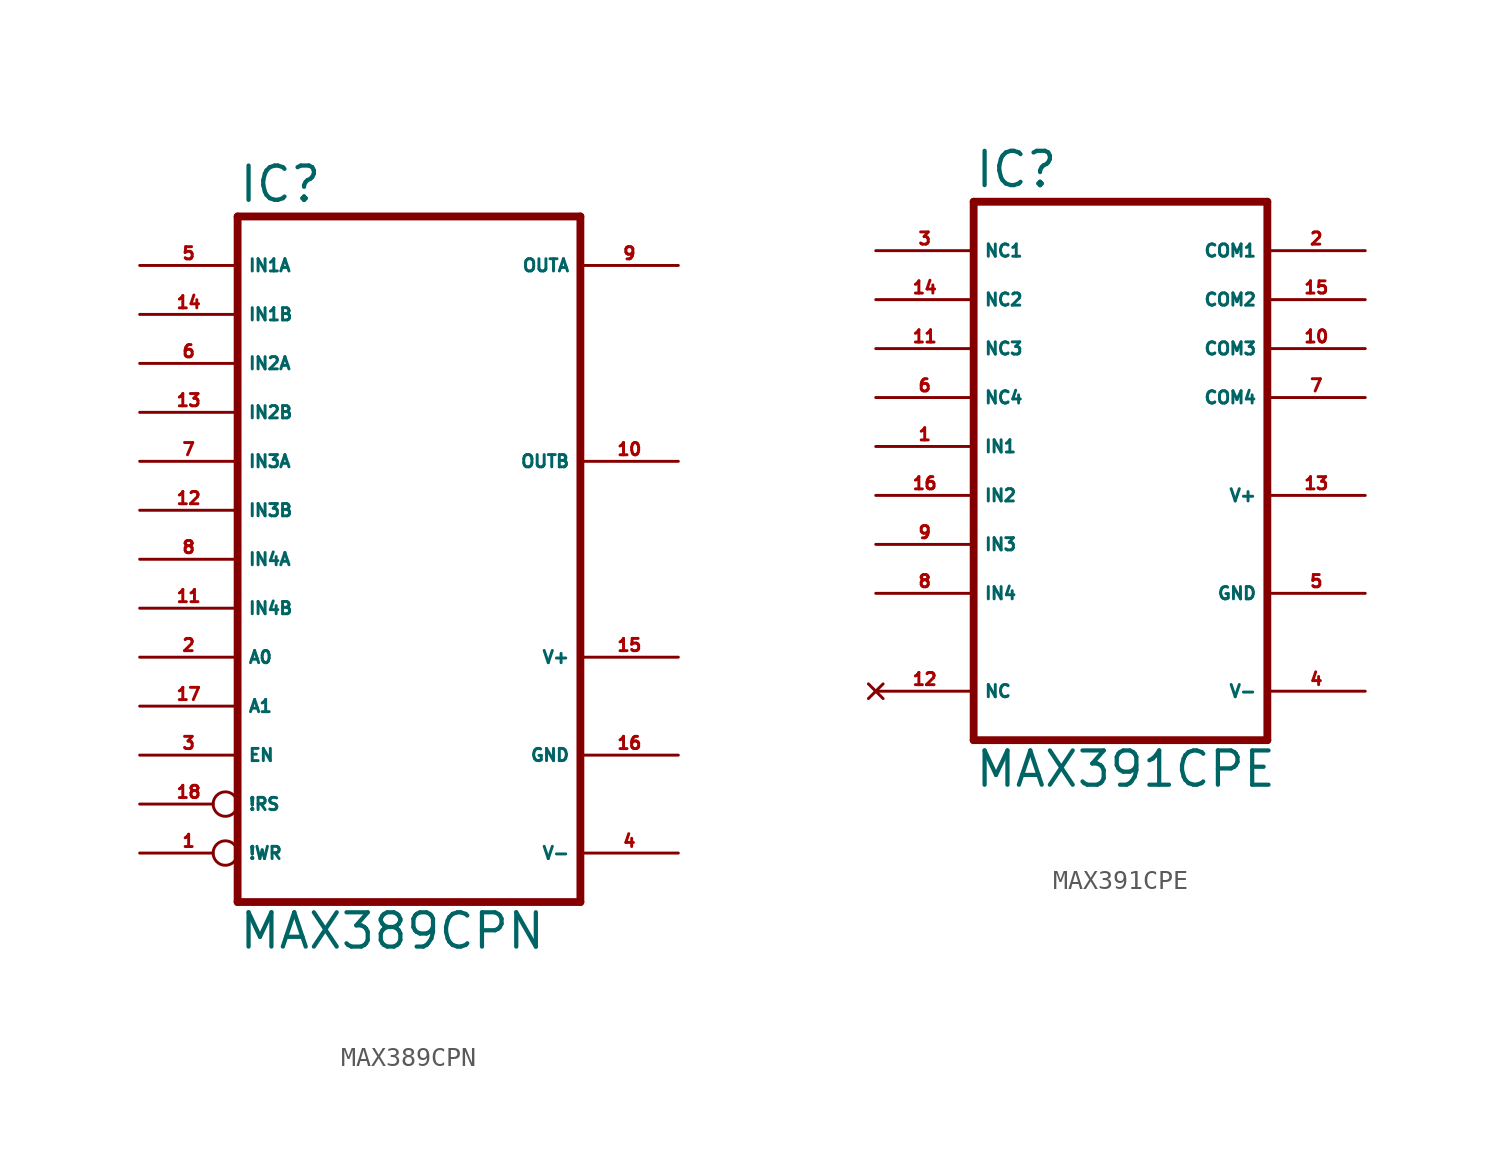
<source format=kicad_sym>
(kicad_symbol_lib
  (version 20220914)
  (generator Eagle2Kicad)
  (symbol "MAX389CPN"
    (property "Reference" "IC"
      (at -10.16 18.415 0)
      (effects (font (size 1.778 1.778) (thickness 0.22)) (justify left bottom)))
    (property "Value" "MAX389CPN"
      (at -10.16 -20.32 0)
      (effects (font (size 1.778 1.778) (thickness 0.22)) (justify left bottom)))
    (polyline
      (pts (xy 7.62 -17.78) (xy 7.62 17.78))
      (stroke (width 0.406) (type default))
      (fill (type none)))
    (polyline
      (pts (xy -10.16 17.78) (xy 7.62 17.78))
      (stroke (width 0.406) (type default))
      (fill (type none)))
    (polyline
      (pts (xy -10.16 17.78) (xy -10.16 -17.78))
      (stroke (width 0.406) (type default))
      (fill (type none)))
    (polyline
      (pts (xy 7.62 -17.78) (xy -10.16 -17.78))
      (stroke (width 0.406) (type default))
      (fill (type none)))
    (pin passive line
      (at -15.24 15.24 0)
      (length 5.08)
      (name "IN1A" (effects (font (size 0.635 0.635) (thickness 0.08)) (justify left bottom)))
      (number "5" (effects (font (size 0.635 0.635) (thickness 0.08)) (justify left bottom))))
    (pin passive line
      (at -15.24 12.7 0)
      (length 5.08)
      (name "IN1B" (effects (font (size 0.635 0.635) (thickness 0.08)) (justify left bottom)))
      (number "14" (effects (font (size 0.635 0.635) (thickness 0.08)) (justify left bottom))))
    (pin passive line
      (at -15.24 10.16 0)
      (length 5.08)
      (name "IN2A" (effects (font (size 0.635 0.635) (thickness 0.08)) (justify left bottom)))
      (number "6" (effects (font (size 0.635 0.635) (thickness 0.08)) (justify left bottom))))
    (pin passive line
      (at -15.24 7.62 0)
      (length 5.08)
      (name "IN2B" (effects (font (size 0.635 0.635) (thickness 0.08)) (justify left bottom)))
      (number "13" (effects (font (size 0.635 0.635) (thickness 0.08)) (justify left bottom))))
    (pin passive line
      (at -15.24 5.08 0)
      (length 5.08)
      (name "IN3A" (effects (font (size 0.635 0.635) (thickness 0.08)) (justify left bottom)))
      (number "7" (effects (font (size 0.635 0.635) (thickness 0.08)) (justify left bottom))))
    (pin passive line
      (at -15.24 2.54 0)
      (length 5.08)
      (name "IN3B" (effects (font (size 0.635 0.635) (thickness 0.08)) (justify left bottom)))
      (number "12" (effects (font (size 0.635 0.635) (thickness 0.08)) (justify left bottom))))
    (pin passive line
      (at -15.24 0 0)
      (length 5.08)
      (name "IN4A" (effects (font (size 0.635 0.635) (thickness 0.08)) (justify left bottom)))
      (number "8" (effects (font (size 0.635 0.635) (thickness 0.08)) (justify left bottom))))
    (pin passive line
      (at -15.24 -2.54 0)
      (length 5.08)
      (name "IN4B" (effects (font (size 0.635 0.635) (thickness 0.08)) (justify left bottom)))
      (number "11" (effects (font (size 0.635 0.635) (thickness 0.08)) (justify left bottom))))
    (pin input line
      (at -15.24 -5.08 0)
      (length 5.08)
      (name "A0" (effects (font (size 0.635 0.635) (thickness 0.08)) (justify left bottom)))
      (number "2" (effects (font (size 0.635 0.635) (thickness 0.08)) (justify left bottom))))
    (pin input line
      (at -15.24 -7.62 0)
      (length 5.08)
      (name "A1" (effects (font (size 0.635 0.635) (thickness 0.08)) (justify left bottom)))
      (number "17" (effects (font (size 0.635 0.635) (thickness 0.08)) (justify left bottom))))
    (pin passive line
      (at 12.7 5.08 180)
      (length 5.08)
      (name "OUTB" (effects (font (size 0.635 0.635) (thickness 0.08)) (justify left bottom)))
      (number "10" (effects (font (size 0.635 0.635) (thickness 0.08)) (justify left bottom))))
    (pin input line
      (at -15.24 -10.16 0)
      (length 5.08)
      (name "EN" (effects (font (size 0.635 0.635) (thickness 0.08)) (justify left bottom)))
      (number "3" (effects (font (size 0.635 0.635) (thickness 0.08)) (justify left bottom))))
    (pin input inverted
      (at -15.24 -12.7 0)
      (length 5.08)
      (name "!RS" (effects (font (size 0.635 0.635) (thickness 0.08)) (justify left bottom)))
      (number "18" (effects (font (size 0.635 0.635) (thickness 0.08)) (justify left bottom))))
    (pin input inverted
      (at -15.24 -15.24 0)
      (length 5.08)
      (name "!WR" (effects (font (size 0.635 0.635) (thickness 0.08)) (justify left bottom)))
      (number "1" (effects (font (size 0.635 0.635) (thickness 0.08)) (justify left bottom))))
    (pin passive line
      (at 12.7 15.24 180)
      (length 5.08)
      (name "OUTA" (effects (font (size 0.635 0.635) (thickness 0.08)) (justify left bottom)))
      (number "9" (effects (font (size 0.635 0.635) (thickness 0.08)) (justify left bottom))))
    (pin unspecified line
      (at 12.7 -10.16 180)
      (length 5.08)
      (name "GND" (effects (font (size 0.635 0.635) (thickness 0.08)) (justify left bottom)))
      (number "16" (effects (font (size 0.635 0.635) (thickness 0.08)) (justify left bottom))))
    (pin unspecified line
      (at 12.7 -15.24 180)
      (length 5.08)
      (name "V-" (effects (font (size 0.635 0.635) (thickness 0.08)) (justify left bottom)))
      (number "4" (effects (font (size 0.635 0.635) (thickness 0.08)) (justify left bottom))))
    (pin unspecified line
      (at 12.7 -5.08 180)
      (length 5.08)
      (name "V+" (effects (font (size 0.635 0.635) (thickness 0.08)) (justify left bottom)))
      (number "15" (effects (font (size 0.635 0.635) (thickness 0.08)) (justify left bottom)))))
  (symbol "MAX391CPE"
    (property "Reference" "IC"
      (at -7.62 13.335 0)
      (effects (font (size 1.778 1.778) (thickness 0.22)) (justify left bottom)))
    (property "Value" "MAX391CPE"
      (at -7.62 -17.78 0)
      (effects (font (size 1.778 1.778) (thickness 0.22)) (justify left bottom)))
    (polyline
      (pts (xy -7.62 -15.24) (xy 7.62 -15.24))
      (stroke (width 0.406) (type default))
      (fill (type none)))
    (polyline
      (pts (xy 7.62 -15.24) (xy 7.62 12.7))
      (stroke (width 0.406) (type default))
      (fill (type none)))
    (polyline
      (pts (xy 7.62 12.7) (xy -7.62 12.7))
      (stroke (width 0.406) (type default))
      (fill (type none)))
    (polyline
      (pts (xy -7.62 12.7) (xy -7.62 -15.24))
      (stroke (width 0.406) (type default))
      (fill (type none)))
    (pin input line
      (at -12.7 0 0)
      (length 5.08)
      (name "IN1" (effects (font (size 0.635 0.635) (thickness 0.08)) (justify left bottom)))
      (number "1" (effects (font (size 0.635 0.635) (thickness 0.08)) (justify left bottom))))
    (pin input line
      (at -12.7 -2.54 0)
      (length 5.08)
      (name "IN2" (effects (font (size 0.635 0.635) (thickness 0.08)) (justify left bottom)))
      (number "16" (effects (font (size 0.635 0.635) (thickness 0.08)) (justify left bottom))))
    (pin input line
      (at -12.7 -5.08 0)
      (length 5.08)
      (name "IN3" (effects (font (size 0.635 0.635) (thickness 0.08)) (justify left bottom)))
      (number "9" (effects (font (size 0.635 0.635) (thickness 0.08)) (justify left bottom))))
    (pin input line
      (at -12.7 -7.62 0)
      (length 5.08)
      (name "IN4" (effects (font (size 0.635 0.635) (thickness 0.08)) (justify left bottom)))
      (number "8" (effects (font (size 0.635 0.635) (thickness 0.08)) (justify left bottom))))
    (pin passive line
      (at 12.7 10.16 180)
      (length 5.08)
      (name "COM1" (effects (font (size 0.635 0.635) (thickness 0.08)) (justify left bottom)))
      (number "2" (effects (font (size 0.635 0.635) (thickness 0.08)) (justify left bottom))))
    (pin passive line
      (at 12.7 7.62 180)
      (length 5.08)
      (name "COM2" (effects (font (size 0.635 0.635) (thickness 0.08)) (justify left bottom)))
      (number "15" (effects (font (size 0.635 0.635) (thickness 0.08)) (justify left bottom))))
    (pin unspecified line
      (at 12.7 -2.54 180)
      (length 5.08)
      (name "V+" (effects (font (size 0.635 0.635) (thickness 0.08)) (justify left bottom)))
      (number "13" (effects (font (size 0.635 0.635) (thickness 0.08)) (justify left bottom))))
    (pin unspecified line
      (at 12.7 -7.62 180)
      (length 5.08)
      (name "GND" (effects (font (size 0.635 0.635) (thickness 0.08)) (justify left bottom)))
      (number "5" (effects (font (size 0.635 0.635) (thickness 0.08)) (justify left bottom))))
    (pin unspecified line
      (at 12.7 -12.7 180)
      (length 5.08)
      (name "V-" (effects (font (size 0.635 0.635) (thickness 0.08)) (justify left bottom)))
      (number "4" (effects (font (size 0.635 0.635) (thickness 0.08)) (justify left bottom))))
    (pin no_connect line
      (at -12.7 -12.7 0)
      (length 5.08)
      (name "NC" (effects (font (size 0.635 0.635) (thickness 0.08)) (justify left bottom) hide))
      (number "12" (effects (font (size 0.635 0.635) (thickness 0.08)) (justify left bottom) hide)))
    (pin passive line
      (at -12.7 5.08 0)
      (length 5.08)
      (name "NC3" (effects (font (size 0.635 0.635) (thickness 0.08)) (justify left bottom)))
      (number "11" (effects (font (size 0.635 0.635) (thickness 0.08)) (justify left bottom))))
    (pin passive line
      (at -12.7 2.54 0)
      (length 5.08)
      (name "NC4" (effects (font (size 0.635 0.635) (thickness 0.08)) (justify left bottom)))
      (number "6" (effects (font (size 0.635 0.635) (thickness 0.08)) (justify left bottom))))
    (pin passive line
      (at -12.7 10.16 0)
      (length 5.08)
      (name "NC1" (effects (font (size 0.635 0.635) (thickness 0.08)) (justify left bottom)))
      (number "3" (effects (font (size 0.635 0.635) (thickness 0.08)) (justify left bottom))))
    (pin passive line
      (at -12.7 7.62 0)
      (length 5.08)
      (name "NC2" (effects (font (size 0.635 0.635) (thickness 0.08)) (justify left bottom)))
      (number "14" (effects (font (size 0.635 0.635) (thickness 0.08)) (justify left bottom))))
    (pin passive line
      (at 12.7 5.08 180)
      (length 5.08)
      (name "COM3" (effects (font (size 0.635 0.635) (thickness 0.08)) (justify left bottom)))
      (number "10" (effects (font (size 0.635 0.635) (thickness 0.08)) (justify left bottom))))
    (pin passive line
      (at 12.7 2.54 180)
      (length 5.08)
      (name "COM4" (effects (font (size 0.635 0.635) (thickness 0.08)) (justify left bottom)))
      (number "7" (effects (font (size 0.635 0.635) (thickness 0.08)) (justify left bottom))))))
</source>
